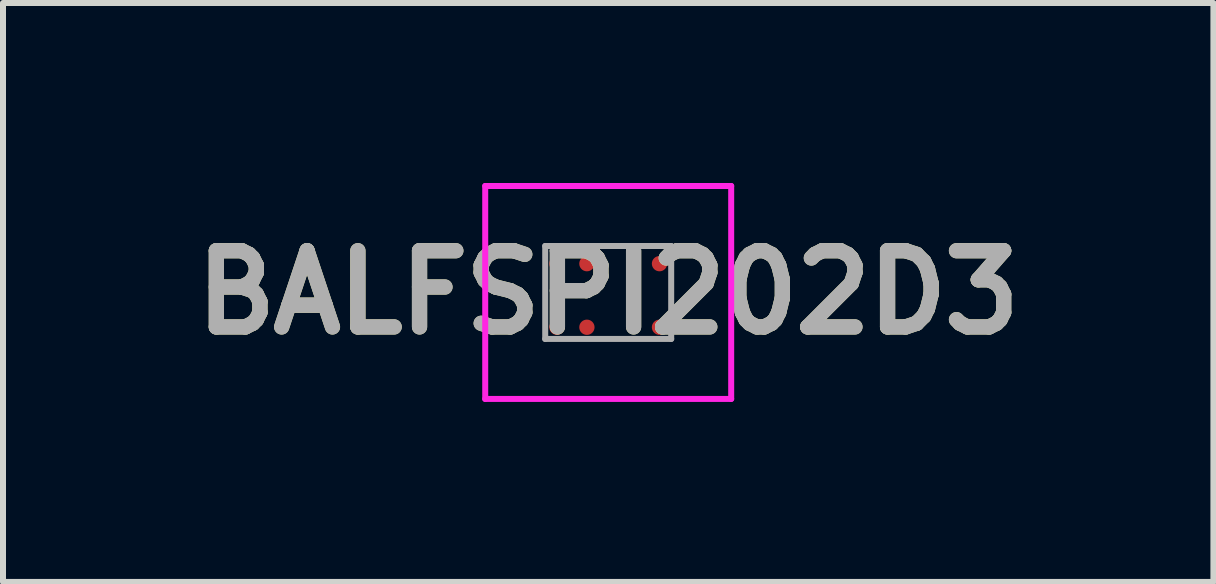
<source format=kicad_pcb>
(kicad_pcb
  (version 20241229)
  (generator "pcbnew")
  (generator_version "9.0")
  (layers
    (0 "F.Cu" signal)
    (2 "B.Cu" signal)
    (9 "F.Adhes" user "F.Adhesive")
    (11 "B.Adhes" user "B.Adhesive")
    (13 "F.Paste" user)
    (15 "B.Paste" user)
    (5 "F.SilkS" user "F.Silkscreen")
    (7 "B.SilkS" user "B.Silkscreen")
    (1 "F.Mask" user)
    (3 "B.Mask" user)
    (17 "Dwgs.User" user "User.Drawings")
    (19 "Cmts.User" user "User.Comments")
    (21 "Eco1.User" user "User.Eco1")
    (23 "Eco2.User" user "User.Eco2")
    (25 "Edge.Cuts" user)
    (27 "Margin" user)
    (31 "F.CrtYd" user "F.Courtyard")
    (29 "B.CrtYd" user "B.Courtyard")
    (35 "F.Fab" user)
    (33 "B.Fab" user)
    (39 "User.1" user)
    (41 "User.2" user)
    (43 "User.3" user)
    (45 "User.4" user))
  (footprint "BALFSPI202D3"
    (layer "F.Cu")
    (at 7.088 1.825)
    (property "Reference" "BALFSPI202D3" (at 0 0 0) (layer "F.SilkS") (effects (font (size 1.27 1.27) (thickness 0.254))))
    (attr smd)
    (fp_line (start -1.7 0.58) (end -1.7 0.58) (stroke (width 0.1) (type solid)) (layer "F.SilkS"))
    (fp_line (start -1.6 0.58) (end -1.6 0.58) (stroke (width 0.1) (type solid)) (layer "F.SilkS"))
    (fp_arc (start -1.7 0.58) (mid -1.65 0.53) (end -1.6 0.58) (stroke (width 0.1) (type solid)) (layer "F.SilkS"))
    (fp_arc (start -1.6 0.58) (mid -1.65 0.63) (end -1.7 0.58) (stroke (width 0.1) (type solid)) (layer "F.SilkS"))
    (fp_line (start -2.05 -1.775) (end 2.05 -1.775) (stroke (width 0.1) (type solid)) (layer "F.CrtYd"))
    (fp_line (start -2.05 1.775) (end -2.05 -1.775) (stroke (width 0.1) (type solid)) (layer "F.CrtYd"))
    (fp_line (start 2.05 -1.775) (end 2.05 1.775) (stroke (width 0.1) (type solid)) (layer "F.CrtYd"))
    (fp_line (start 2.05 1.775) (end -2.05 1.775) (stroke (width 0.1) (type solid)) (layer "F.CrtYd"))
    (fp_line (start -1.05 -0.775) (end -1.05 0.775) (stroke (width 0.1) (type solid)) (layer "F.Fab"))
    (fp_line (start -1.05 0.775) (end 1.05 0.775) (stroke (width 0.1) (type solid)) (layer "F.Fab"))
    (fp_line (start 1.05 -0.775) (end -1.05 -0.775) (stroke (width 0.1) (type solid)) (layer "F.Fab"))
    (fp_line (start 1.05 0.775) (end 1.05 -0.775) (stroke (width 0.1) (type solid)) (layer "F.Fab"))
    (fp_text user "${REFERENCE}" (at 0 0 0) (layer "F.Fab") (effects (font (size 1.27 1.27) (thickness 0.254))))
    (pad "1" smd circle (at -0.855 0.58 90) (size 0.255 0.255) (layers "F.Cu" "F.Mask" "F.Paste"))
    (pad "2" smd circle (at -0.355 0.58 90) (size 0.255 0.255) (layers "F.Cu" "F.Mask" "F.Paste"))
    (pad "3" smd circle (at 0.855 0.58 90) (size 0.255 0.255) (layers "F.Cu" "F.Mask" "F.Paste"))
    (pad "4" smd circle (at -0.855 -0.48 90) (size 0.255 0.255) (layers "F.Cu" "F.Mask" "F.Paste"))
    (pad "5" smd circle (at -0.355 -0.48 90) (size 0.255 0.255) (layers "F.Cu" "F.Mask" "F.Paste"))
    (pad "6" smd circle (at 0.855 -0.48 90) (size 0.255 0.255) (layers "F.Cu" "F.Mask" "F.Paste")))
  (gr_rect
    (start -3 -3)
    (end 17.176 6.65)
    (stroke (width 0.1) (type default))
    (fill no)
    (layer "Edge.Cuts")))
</source>
